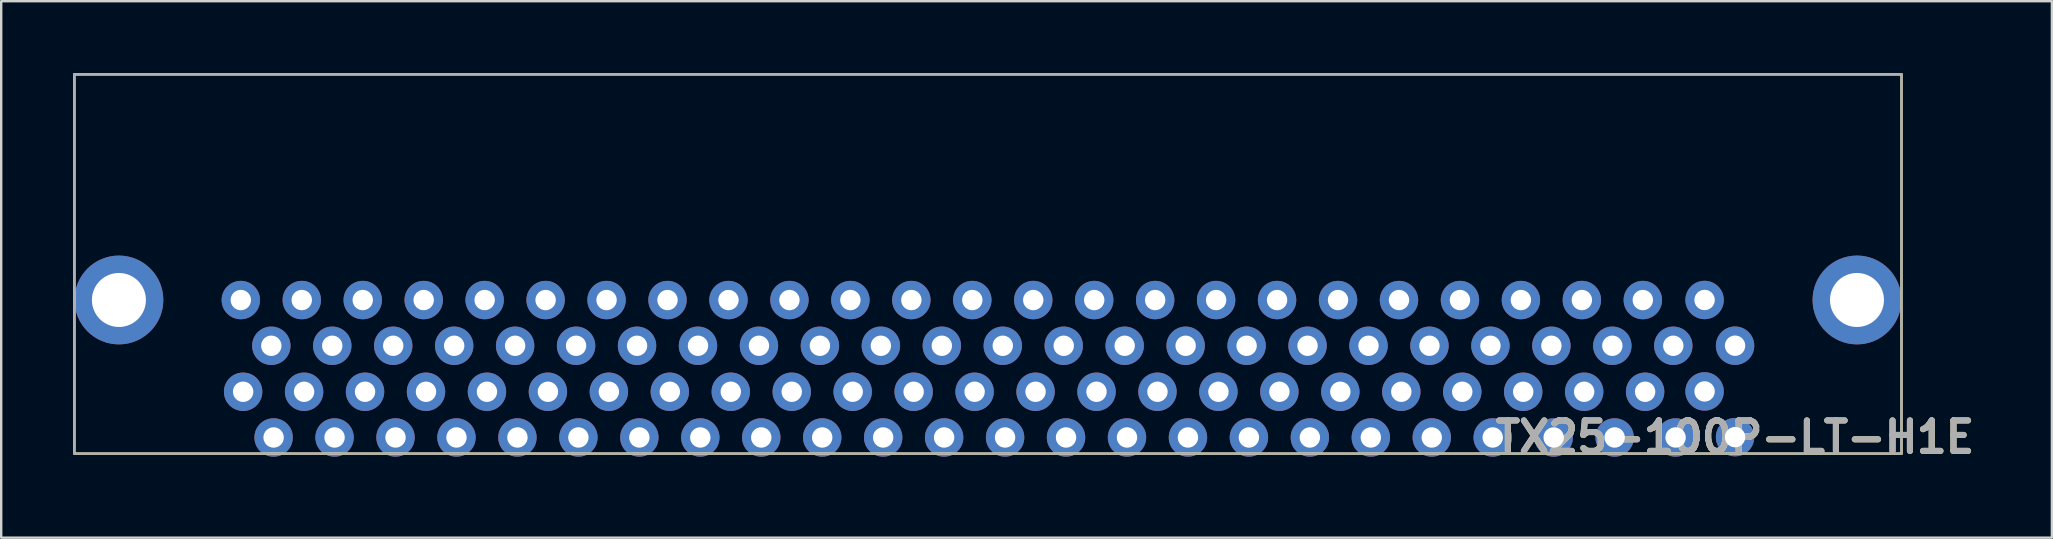
<source format=kicad_pcb>
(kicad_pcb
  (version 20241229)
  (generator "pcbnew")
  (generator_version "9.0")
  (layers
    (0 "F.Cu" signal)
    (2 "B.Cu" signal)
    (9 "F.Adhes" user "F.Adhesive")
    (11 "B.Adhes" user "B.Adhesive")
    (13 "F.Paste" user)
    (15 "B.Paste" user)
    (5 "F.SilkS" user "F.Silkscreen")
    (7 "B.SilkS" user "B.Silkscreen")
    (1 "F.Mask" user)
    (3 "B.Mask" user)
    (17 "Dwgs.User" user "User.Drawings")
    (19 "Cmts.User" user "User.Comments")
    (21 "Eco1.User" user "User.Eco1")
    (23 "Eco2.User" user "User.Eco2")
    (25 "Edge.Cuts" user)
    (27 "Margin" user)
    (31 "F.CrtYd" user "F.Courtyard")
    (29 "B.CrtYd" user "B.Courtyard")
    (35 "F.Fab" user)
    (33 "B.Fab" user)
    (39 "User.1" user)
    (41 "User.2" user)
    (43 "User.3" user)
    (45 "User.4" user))
  (footprint "TX25-100P-LT-H1E"
    (layer "F.Cu")
    (at 1.905 9.45)
    (property "Reference" "TX25-100P-LT-H1E" (at 67.344 5.715 0) (layer "F.SilkS") (effects (font (size 1.27 1.27) (thickness 0.254))))
    (attr through_hole)
    (fp_line (start -1.855 -9.4) (end 74.279 -9.4) (stroke (width 0.1) (type solid)) (layer "F.SilkS"))
    (fp_line (start -1.855 6.4) (end -1.855 -9.4) (stroke (width 0.1) (type solid)) (layer "F.SilkS"))
    (fp_line (start 74.279 -9.4) (end 74.279 6.4) (stroke (width 0.1) (type solid)) (layer "F.SilkS"))
    (fp_line (start 74.279 6.4) (end -1.855 6.4) (stroke (width 0.1) (type solid)) (layer "F.SilkS"))
    (fp_line (start -1.855 -9.4) (end 74.279 -9.4) (stroke (width 0.1) (type solid)) (layer "F.Fab"))
    (fp_line (start -1.855 6.4) (end -1.855 -9.4) (stroke (width 0.1) (type solid)) (layer "F.Fab"))
    (fp_line (start 74.279 -9.4) (end 74.279 6.4) (stroke (width 0.1) (type solid)) (layer "F.Fab"))
    (fp_line (start 74.279 6.4) (end -1.855 6.4) (stroke (width 0.1) (type solid)) (layer "F.Fab"))
    (fp_text user "${REFERENCE}" (at 67.344 5.715 0) (layer "F.Fab") (effects (font (size 1.27 1.27) (thickness 0.254))))
    (pad "1" thru_hole circle (at 67.344 5.715) (size 1.6 1.6) (drill 0.85) (layers "*.Cu" "*.Mask"))
    (pad "2" thru_hole circle (at 66.074 3.81) (size 1.6 1.6) (drill 0.85) (layers "*.Cu" "*.Mask"))
    (pad "3" thru_hole circle (at 64.866 5.729) (size 1.6 1.6) (drill 0.85) (layers "*.Cu" "*.Mask"))
    (pad "4" thru_hole circle (at 63.596 3.824) (size 1.6 1.6) (drill 0.85) (layers "*.Cu" "*.Mask"))
    (pad "5" thru_hole circle (at 62.326 5.729) (size 1.6 1.6) (drill 0.85) (layers "*.Cu" "*.Mask"))
    (pad "6" thru_hole circle (at 61.056 3.824) (size 1.6 1.6) (drill 0.85) (layers "*.Cu" "*.Mask"))
    (pad "7" thru_hole circle (at 59.786 5.729) (size 1.6 1.6) (drill 0.85) (layers "*.Cu" "*.Mask"))
    (pad "8" thru_hole circle (at 58.516 3.824) (size 1.6 1.6) (drill 0.85) (layers "*.Cu" "*.Mask"))
    (pad "9" thru_hole circle (at 57.246 5.729) (size 1.6 1.6) (drill 0.85) (layers "*.Cu" "*.Mask"))
    (pad "10" thru_hole circle (at 55.976 3.824) (size 1.6 1.6) (drill 0.85) (layers "*.Cu" "*.Mask"))
    (pad "11" thru_hole circle (at 54.706 5.729) (size 1.6 1.6) (drill 0.85) (layers "*.Cu" "*.Mask"))
    (pad "12" thru_hole circle (at 53.436 3.824) (size 1.6 1.6) (drill 0.85) (layers "*.Cu" "*.Mask"))
    (pad "13" thru_hole circle (at 52.166 5.729) (size 1.6 1.6) (drill 0.85) (layers "*.Cu" "*.Mask"))
    (pad "14" thru_hole circle (at 50.896 3.824) (size 1.6 1.6) (drill 0.85) (layers "*.Cu" "*.Mask"))
    (pad "15" thru_hole circle (at 49.626 5.729) (size 1.6 1.6) (drill 0.85) (layers "*.Cu" "*.Mask"))
    (pad "16" thru_hole circle (at 48.356 3.824) (size 1.6 1.6) (drill 0.85) (layers "*.Cu" "*.Mask"))
    (pad "17" thru_hole circle (at 47.086 5.729) (size 1.6 1.6) (drill 0.85) (layers "*.Cu" "*.Mask"))
    (pad "18" thru_hole circle (at 45.816 3.824) (size 1.6 1.6) (drill 0.85) (layers "*.Cu" "*.Mask"))
    (pad "19" thru_hole circle (at 44.546 5.729) (size 1.6 1.6) (drill 0.85) (layers "*.Cu" "*.Mask"))
    (pad "20" thru_hole circle (at 43.276 3.824) (size 1.6 1.6) (drill 0.85) (layers "*.Cu" "*.Mask"))
    (pad "21" thru_hole circle (at 42.006 5.729) (size 1.6 1.6) (drill 0.85) (layers "*.Cu" "*.Mask"))
    (pad "22" thru_hole circle (at 40.736 3.824) (size 1.6 1.6) (drill 0.85) (layers "*.Cu" "*.Mask"))
    (pad "23" thru_hole circle (at 39.466 5.729) (size 1.6 1.6) (drill 0.85) (layers "*.Cu" "*.Mask"))
    (pad "24" thru_hole circle (at 38.196 3.824) (size 1.6 1.6) (drill 0.85) (layers "*.Cu" "*.Mask"))
    (pad "25" thru_hole circle (at 36.926 5.729) (size 1.6 1.6) (drill 0.85) (layers "*.Cu" "*.Mask"))
    (pad "26" thru_hole circle (at 35.656 3.824) (size 1.6 1.6) (drill 0.85) (layers "*.Cu" "*.Mask"))
    (pad "27" thru_hole circle (at 34.386 5.729) (size 1.6 1.6) (drill 0.85) (layers "*.Cu" "*.Mask"))
    (pad "28" thru_hole circle (at 33.116 3.824) (size 1.6 1.6) (drill 0.85) (layers "*.Cu" "*.Mask"))
    (pad "29" thru_hole circle (at 31.846 5.729) (size 1.6 1.6) (drill 0.85) (layers "*.Cu" "*.Mask"))
    (pad "30" thru_hole circle (at 30.576 3.824) (size 1.6 1.6) (drill 0.85) (layers "*.Cu" "*.Mask"))
    (pad "31" thru_hole circle (at 29.306 5.729) (size 1.6 1.6) (drill 0.85) (layers "*.Cu" "*.Mask"))
    (pad "32" thru_hole circle (at 28.036 3.824) (size 1.6 1.6) (drill 0.85) (layers "*.Cu" "*.Mask"))
    (pad "33" thru_hole circle (at 26.766 5.729) (size 1.6 1.6) (drill 0.85) (layers "*.Cu" "*.Mask"))
    (pad "34" thru_hole circle (at 25.496 3.824) (size 1.6 1.6) (drill 0.85) (layers "*.Cu" "*.Mask"))
    (pad "35" thru_hole circle (at 24.226 5.729) (size 1.6 1.6) (drill 0.85) (layers "*.Cu" "*.Mask"))
    (pad "36" thru_hole circle (at 22.956 3.824) (size 1.6 1.6) (drill 0.85) (layers "*.Cu" "*.Mask"))
    (pad "37" thru_hole circle (at 21.686 5.729) (size 1.6 1.6) (drill 0.85) (layers "*.Cu" "*.Mask"))
    (pad "38" thru_hole circle (at 20.416 3.824) (size 1.6 1.6) (drill 0.85) (layers "*.Cu" "*.Mask"))
    (pad "39" thru_hole circle (at 19.146 5.729) (size 1.6 1.6) (drill 0.85) (layers "*.Cu" "*.Mask"))
    (pad "40" thru_hole circle (at 17.876 3.824) (size 1.6 1.6) (drill 0.85) (layers "*.Cu" "*.Mask"))
    (pad "41" thru_hole circle (at 16.606 5.729) (size 1.6 1.6) (drill 0.85) (layers "*.Cu" "*.Mask"))
    (pad "42" thru_hole circle (at 15.336 3.824) (size 1.6 1.6) (drill 0.85) (layers "*.Cu" "*.Mask"))
    (pad "43" thru_hole circle (at 14.066 5.729) (size 1.6 1.6) (drill 0.85) (layers "*.Cu" "*.Mask"))
    (pad "44" thru_hole circle (at 12.796 3.824) (size 1.6 1.6) (drill 0.85) (layers "*.Cu" "*.Mask"))
    (pad "45" thru_hole circle (at 11.526 5.729) (size 1.6 1.6) (drill 0.85) (layers "*.Cu" "*.Mask"))
    (pad "46" thru_hole circle (at 10.256 3.824) (size 1.6 1.6) (drill 0.85) (layers "*.Cu" "*.Mask"))
    (pad "47" thru_hole circle (at 8.986 5.729) (size 1.6 1.6) (drill 0.85) (layers "*.Cu" "*.Mask"))
    (pad "48" thru_hole circle (at 7.716 3.824) (size 1.6 1.6) (drill 0.85) (layers "*.Cu" "*.Mask"))
    (pad "49" thru_hole circle (at 6.446 5.729) (size 1.6 1.6) (drill 0.85) (layers "*.Cu" "*.Mask"))
    (pad "50" thru_hole circle (at 5.176 3.824) (size 1.6 1.6) (drill 0.85) (layers "*.Cu" "*.Mask"))
    (pad "51" thru_hole circle (at 67.344 1.905) (size 1.6 1.6) (drill 0.85) (layers "*.Cu" "*.Mask"))
    (pad "52" thru_hole circle (at 66.074 0) (size 1.6 1.6) (drill 0.85) (layers "*.Cu" "*.Mask"))
    (pad "53" thru_hole circle (at 64.77 1.908) (size 1.6 1.6) (drill 0.85) (layers "*.Cu" "*.Mask"))
    (pad "54" thru_hole circle (at 63.5 0.003) (size 1.6 1.6) (drill 0.85) (layers "*.Cu" "*.Mask"))
    (pad "55" thru_hole circle (at 62.23 1.908) (size 1.6 1.6) (drill 0.85) (layers "*.Cu" "*.Mask"))
    (pad "56" thru_hole circle (at 60.96 0.003) (size 1.6 1.6) (drill 0.85) (layers "*.Cu" "*.Mask"))
    (pad "57" thru_hole circle (at 59.69 1.908) (size 1.6 1.6) (drill 0.85) (layers "*.Cu" "*.Mask"))
    (pad "58" thru_hole circle (at 58.42 0.003) (size 1.6 1.6) (drill 0.85) (layers "*.Cu" "*.Mask"))
    (pad "59" thru_hole circle (at 57.15 1.908) (size 1.6 1.6) (drill 0.85) (layers "*.Cu" "*.Mask"))
    (pad "60" thru_hole circle (at 55.88 0.003) (size 1.6 1.6) (drill 0.85) (layers "*.Cu" "*.Mask"))
    (pad "61" thru_hole circle (at 54.61 1.908) (size 1.6 1.6) (drill 0.85) (layers "*.Cu" "*.Mask"))
    (pad "62" thru_hole circle (at 53.34 0.003) (size 1.6 1.6) (drill 0.85) (layers "*.Cu" "*.Mask"))
    (pad "63" thru_hole circle (at 52.07 1.908) (size 1.6 1.6) (drill 0.85) (layers "*.Cu" "*.Mask"))
    (pad "64" thru_hole circle (at 50.8 0.003) (size 1.6 1.6) (drill 0.85) (layers "*.Cu" "*.Mask"))
    (pad "65" thru_hole circle (at 49.53 1.908) (size 1.6 1.6) (drill 0.85) (layers "*.Cu" "*.Mask"))
    (pad "66" thru_hole circle (at 48.26 0.003) (size 1.6 1.6) (drill 0.85) (layers "*.Cu" "*.Mask"))
    (pad "67" thru_hole circle (at 46.99 1.908) (size 1.6 1.6) (drill 0.85) (layers "*.Cu" "*.Mask"))
    (pad "68" thru_hole circle (at 45.72 0.003) (size 1.6 1.6) (drill 0.85) (layers "*.Cu" "*.Mask"))
    (pad "69" thru_hole circle (at 44.45 1.908) (size 1.6 1.6) (drill 0.85) (layers "*.Cu" "*.Mask"))
    (pad "70" thru_hole circle (at 43.18 0.003) (size 1.6 1.6) (drill 0.85) (layers "*.Cu" "*.Mask"))
    (pad "71" thru_hole circle (at 41.91 1.908) (size 1.6 1.6) (drill 0.85) (layers "*.Cu" "*.Mask"))
    (pad "72" thru_hole circle (at 40.64 0.003) (size 1.6 1.6) (drill 0.85) (layers "*.Cu" "*.Mask"))
    (pad "73" thru_hole circle (at 39.37 1.908) (size 1.6 1.6) (drill 0.85) (layers "*.Cu" "*.Mask"))
    (pad "74" thru_hole circle (at 38.1 0.003) (size 1.6 1.6) (drill 0.85) (layers "*.Cu" "*.Mask"))
    (pad "75" thru_hole circle (at 36.83 1.908) (size 1.6 1.6) (drill 0.85) (layers "*.Cu" "*.Mask"))
    (pad "76" thru_hole circle (at 35.56 0.003) (size 1.6 1.6) (drill 0.85) (layers "*.Cu" "*.Mask"))
    (pad "77" thru_hole circle (at 34.29 1.908) (size 1.6 1.6) (drill 0.85) (layers "*.Cu" "*.Mask"))
    (pad "78" thru_hole circle (at 33.02 0.003) (size 1.6 1.6) (drill 0.85) (layers "*.Cu" "*.Mask"))
    (pad "79" thru_hole circle (at 31.75 1.908) (size 1.6 1.6) (drill 0.85) (layers "*.Cu" "*.Mask"))
    (pad "80" thru_hole circle (at 30.48 0.003) (size 1.6 1.6) (drill 0.85) (layers "*.Cu" "*.Mask"))
    (pad "81" thru_hole circle (at 29.21 1.908) (size 1.6 1.6) (drill 0.85) (layers "*.Cu" "*.Mask"))
    (pad "82" thru_hole circle (at 27.94 0.003) (size 1.6 1.6) (drill 0.85) (layers "*.Cu" "*.Mask"))
    (pad "83" thru_hole circle (at 26.67 1.908) (size 1.6 1.6) (drill 0.85) (layers "*.Cu" "*.Mask"))
    (pad "84" thru_hole circle (at 25.4 0.003) (size 1.6 1.6) (drill 0.85) (layers "*.Cu" "*.Mask"))
    (pad "85" thru_hole circle (at 24.13 1.908) (size 1.6 1.6) (drill 0.85) (layers "*.Cu" "*.Mask"))
    (pad "86" thru_hole circle (at 22.86 0.003) (size 1.6 1.6) (drill 0.85) (layers "*.Cu" "*.Mask"))
    (pad "87" thru_hole circle (at 21.59 1.908) (size 1.6 1.6) (drill 0.85) (layers "*.Cu" "*.Mask"))
    (pad "88" thru_hole circle (at 20.32 0.003) (size 1.6 1.6) (drill 0.85) (layers "*.Cu" "*.Mask"))
    (pad "89" thru_hole circle (at 19.05 1.908) (size 1.6 1.6) (drill 0.85) (layers "*.Cu" "*.Mask"))
    (pad "90" thru_hole circle (at 17.78 0.003) (size 1.6 1.6) (drill 0.85) (layers "*.Cu" "*.Mask"))
    (pad "91" thru_hole circle (at 16.51 1.908) (size 1.6 1.6) (drill 0.85) (layers "*.Cu" "*.Mask"))
    (pad "92" thru_hole circle (at 15.24 0.003) (size 1.6 1.6) (drill 0.85) (layers "*.Cu" "*.Mask"))
    (pad "93" thru_hole circle (at 13.97 1.908) (size 1.6 1.6) (drill 0.85) (layers "*.Cu" "*.Mask"))
    (pad "94" thru_hole circle (at 12.7 0.003) (size 1.6 1.6) (drill 0.85) (layers "*.Cu" "*.Mask"))
    (pad "95" thru_hole circle (at 11.43 1.908) (size 1.6 1.6) (drill 0.85) (layers "*.Cu" "*.Mask"))
    (pad "96" thru_hole circle (at 10.16 0.003) (size 1.6 1.6) (drill 0.85) (layers "*.Cu" "*.Mask"))
    (pad "97" thru_hole circle (at 8.89 1.908) (size 1.6 1.6) (drill 0.85) (layers "*.Cu" "*.Mask"))
    (pad "98" thru_hole circle (at 7.62 0.003) (size 1.6 1.6) (drill 0.85) (layers "*.Cu" "*.Mask"))
    (pad "99" thru_hole circle (at 6.35 1.908) (size 1.6 1.6) (drill 0.85) (layers "*.Cu" "*.Mask"))
    (pad "100" thru_hole circle (at 5.08 0.003) (size 1.6 1.6) (drill 0.85) (layers "*.Cu" "*.Mask"))
    (pad "101" thru_hole circle (at 0 0) (size 3.7 3.7) (drill 2.25) (layers "*.Cu" "*.Mask"))
    (pad "102" thru_hole circle (at 72.424 0) (size 3.7 3.7) (drill 2.25) (layers "*.Cu" "*.Mask")))
  (gr_rect
    (start -3 -3)
    (end 82.451 19.354)
    (stroke (width 0.1) (type default))
    (fill no)
    (layer "Edge.Cuts")))
</source>
